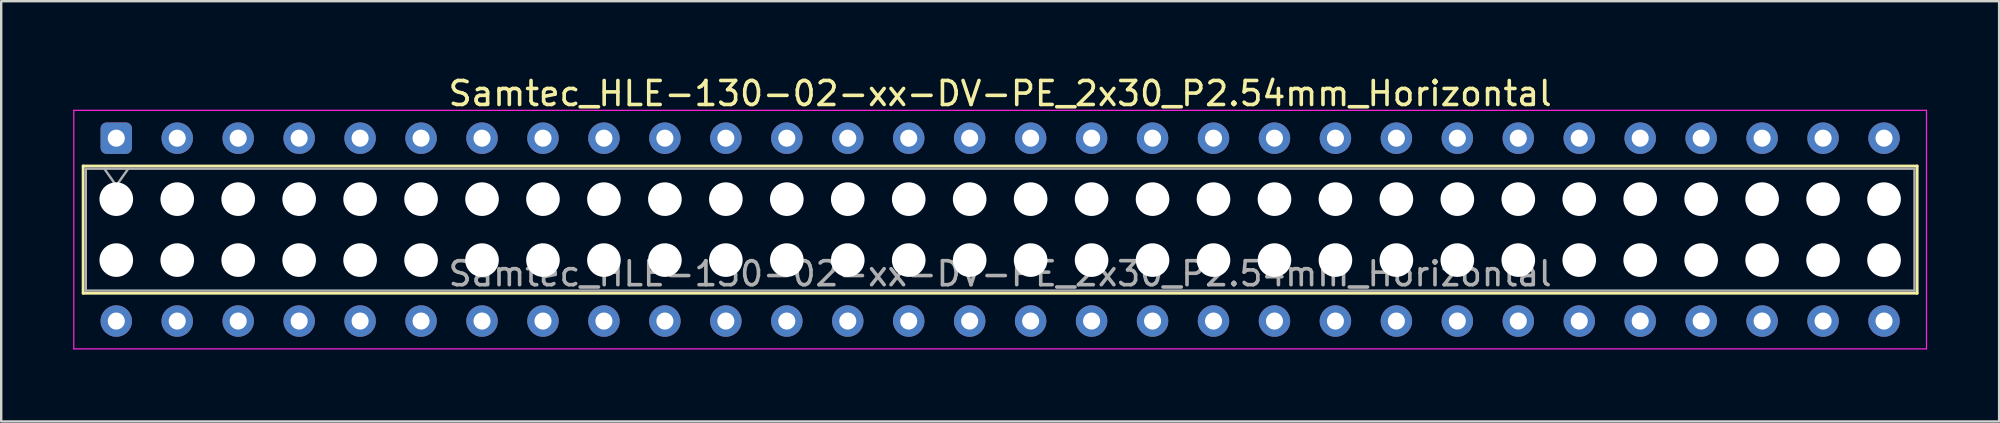
<source format=kicad_pcb>
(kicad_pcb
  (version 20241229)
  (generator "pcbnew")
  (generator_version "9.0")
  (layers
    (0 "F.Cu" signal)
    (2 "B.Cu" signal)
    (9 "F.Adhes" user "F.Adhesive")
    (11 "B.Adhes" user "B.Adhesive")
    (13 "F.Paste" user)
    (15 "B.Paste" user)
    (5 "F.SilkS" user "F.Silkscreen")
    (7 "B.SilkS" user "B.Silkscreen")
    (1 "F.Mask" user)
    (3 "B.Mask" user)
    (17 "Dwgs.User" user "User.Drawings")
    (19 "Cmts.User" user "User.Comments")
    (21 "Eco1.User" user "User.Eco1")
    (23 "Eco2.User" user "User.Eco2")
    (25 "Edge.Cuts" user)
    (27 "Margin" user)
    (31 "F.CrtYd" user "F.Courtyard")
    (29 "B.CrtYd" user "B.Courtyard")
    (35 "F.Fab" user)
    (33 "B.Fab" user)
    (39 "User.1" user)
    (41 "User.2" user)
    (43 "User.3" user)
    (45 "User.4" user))
  (footprint "Samtec_HLE-130-02-xx-DV-PE_2x30_P2.54mm_Horizontal"
    (layer "F.Cu")
    (at 1.795 2.708)
    (property "Reference" "Samtec_HLE-130-02-xx-DV-PE_2x30_P2.54mm_Horizontal" (at 36.83 -1.86 0) (layer "F.SilkS") (effects (font (size 1 1) (thickness 0.15))))
    (attr through_hole)
    (fp_line (start -1.38 1.16) (end 75.04 1.16) (stroke (width 0.12) (type solid)) (layer "F.SilkS"))
    (fp_line (start -1.38 6.46) (end -1.38 1.16) (stroke (width 0.12) (type solid)) (layer "F.SilkS"))
    (fp_line (start 75.04 1.16) (end 75.04 6.46) (stroke (width 0.12) (type solid)) (layer "F.SilkS"))
    (fp_line (start 75.04 6.46) (end -1.38 6.46) (stroke (width 0.12) (type solid)) (layer "F.SilkS"))
    (fp_line (start -1.77 -1.16) (end 75.43 -1.16) (stroke (width 0.05) (type solid)) (layer "F.CrtYd"))
    (fp_line (start -1.77 8.78) (end -1.77 -1.16) (stroke (width 0.05) (type solid)) (layer "F.CrtYd"))
    (fp_line (start 75.43 -1.16) (end 75.43 8.78) (stroke (width 0.05) (type solid)) (layer "F.CrtYd"))
    (fp_line (start 75.43 8.78) (end -1.77 8.78) (stroke (width 0.05) (type solid)) (layer "F.CrtYd"))
    (fp_line (start -1.27 1.27) (end 74.93 1.27) (stroke (width 0.1) (type solid)) (layer "F.Fab"))
    (fp_line (start -1.27 6.35) (end -1.27 1.27) (stroke (width 0.1) (type solid)) (layer "F.Fab"))
    (fp_line (start -0.5 1.27) (end 0 1.977) (stroke (width 0.1) (type solid)) (layer "F.Fab"))
    (fp_line (start 0 1.977) (end 0.5 1.27) (stroke (width 0.1) (type solid)) (layer "F.Fab"))
    (fp_line (start 74.93 1.27) (end 74.93 6.35) (stroke (width 0.1) (type solid)) (layer "F.Fab"))
    (fp_line (start 74.93 6.35) (end -1.27 6.35) (stroke (width 0.1) (type solid)) (layer "F.Fab"))
    (fp_text user "${REFERENCE}" (at 36.83 5.65 0) (layer "F.Fab") (effects (font (size 1 1) (thickness 0.15))))
    (pad "" np_thru_hole circle (at 0 2.54) (size 1.4 1.4) (drill 1.4) (layers "*.Cu" "*.Mask"))
    (pad "" np_thru_hole circle (at 0 5.08) (size 1.4 1.4) (drill 1.4) (layers "*.Cu" "*.Mask"))
    (pad "" np_thru_hole circle (at 2.54 2.54) (size 1.4 1.4) (drill 1.4) (layers "*.Cu" "*.Mask"))
    (pad "" np_thru_hole circle (at 2.54 5.08) (size 1.4 1.4) (drill 1.4) (layers "*.Cu" "*.Mask"))
    (pad "" np_thru_hole circle (at 5.08 2.54) (size 1.4 1.4) (drill 1.4) (layers "*.Cu" "*.Mask"))
    (pad "" np_thru_hole circle (at 5.08 5.08) (size 1.4 1.4) (drill 1.4) (layers "*.Cu" "*.Mask"))
    (pad "" np_thru_hole circle (at 7.62 2.54) (size 1.4 1.4) (drill 1.4) (layers "*.Cu" "*.Mask"))
    (pad "" np_thru_hole circle (at 7.62 5.08) (size 1.4 1.4) (drill 1.4) (layers "*.Cu" "*.Mask"))
    (pad "" np_thru_hole circle (at 10.16 2.54) (size 1.4 1.4) (drill 1.4) (layers "*.Cu" "*.Mask"))
    (pad "" np_thru_hole circle (at 10.16 5.08) (size 1.4 1.4) (drill 1.4) (layers "*.Cu" "*.Mask"))
    (pad "" np_thru_hole circle (at 12.7 2.54) (size 1.4 1.4) (drill 1.4) (layers "*.Cu" "*.Mask"))
    (pad "" np_thru_hole circle (at 12.7 5.08) (size 1.4 1.4) (drill 1.4) (layers "*.Cu" "*.Mask"))
    (pad "" np_thru_hole circle (at 15.24 2.54) (size 1.4 1.4) (drill 1.4) (layers "*.Cu" "*.Mask"))
    (pad "" np_thru_hole circle (at 15.24 5.08) (size 1.4 1.4) (drill 1.4) (layers "*.Cu" "*.Mask"))
    (pad "" np_thru_hole circle (at 17.78 2.54) (size 1.4 1.4) (drill 1.4) (layers "*.Cu" "*.Mask"))
    (pad "" np_thru_hole circle (at 17.78 5.08) (size 1.4 1.4) (drill 1.4) (layers "*.Cu" "*.Mask"))
    (pad "" np_thru_hole circle (at 20.32 2.54) (size 1.4 1.4) (drill 1.4) (layers "*.Cu" "*.Mask"))
    (pad "" np_thru_hole circle (at 20.32 5.08) (size 1.4 1.4) (drill 1.4) (layers "*.Cu" "*.Mask"))
    (pad "" np_thru_hole circle (at 22.86 2.54) (size 1.4 1.4) (drill 1.4) (layers "*.Cu" "*.Mask"))
    (pad "" np_thru_hole circle (at 22.86 5.08) (size 1.4 1.4) (drill 1.4) (layers "*.Cu" "*.Mask"))
    (pad "" np_thru_hole circle (at 25.4 2.54) (size 1.4 1.4) (drill 1.4) (layers "*.Cu" "*.Mask"))
    (pad "" np_thru_hole circle (at 25.4 5.08) (size 1.4 1.4) (drill 1.4) (layers "*.Cu" "*.Mask"))
    (pad "" np_thru_hole circle (at 27.94 2.54) (size 1.4 1.4) (drill 1.4) (layers "*.Cu" "*.Mask"))
    (pad "" np_thru_hole circle (at 27.94 5.08) (size 1.4 1.4) (drill 1.4) (layers "*.Cu" "*.Mask"))
    (pad "" np_thru_hole circle (at 30.48 2.54) (size 1.4 1.4) (drill 1.4) (layers "*.Cu" "*.Mask"))
    (pad "" np_thru_hole circle (at 30.48 5.08) (size 1.4 1.4) (drill 1.4) (layers "*.Cu" "*.Mask"))
    (pad "" np_thru_hole circle (at 33.02 2.54) (size 1.4 1.4) (drill 1.4) (layers "*.Cu" "*.Mask"))
    (pad "" np_thru_hole circle (at 33.02 5.08) (size 1.4 1.4) (drill 1.4) (layers "*.Cu" "*.Mask"))
    (pad "" np_thru_hole circle (at 35.56 2.54) (size 1.4 1.4) (drill 1.4) (layers "*.Cu" "*.Mask"))
    (pad "" np_thru_hole circle (at 35.56 5.08) (size 1.4 1.4) (drill 1.4) (layers "*.Cu" "*.Mask"))
    (pad "" np_thru_hole circle (at 38.1 2.54) (size 1.4 1.4) (drill 1.4) (layers "*.Cu" "*.Mask"))
    (pad "" np_thru_hole circle (at 38.1 5.08) (size 1.4 1.4) (drill 1.4) (layers "*.Cu" "*.Mask"))
    (pad "" np_thru_hole circle (at 40.64 2.54) (size 1.4 1.4) (drill 1.4) (layers "*.Cu" "*.Mask"))
    (pad "" np_thru_hole circle (at 40.64 5.08) (size 1.4 1.4) (drill 1.4) (layers "*.Cu" "*.Mask"))
    (pad "" np_thru_hole circle (at 43.18 2.54) (size 1.4 1.4) (drill 1.4) (layers "*.Cu" "*.Mask"))
    (pad "" np_thru_hole circle (at 43.18 5.08) (size 1.4 1.4) (drill 1.4) (layers "*.Cu" "*.Mask"))
    (pad "" np_thru_hole circle (at 45.72 2.54) (size 1.4 1.4) (drill 1.4) (layers "*.Cu" "*.Mask"))
    (pad "" np_thru_hole circle (at 45.72 5.08) (size 1.4 1.4) (drill 1.4) (layers "*.Cu" "*.Mask"))
    (pad "" np_thru_hole circle (at 48.26 2.54) (size 1.4 1.4) (drill 1.4) (layers "*.Cu" "*.Mask"))
    (pad "" np_thru_hole circle (at 48.26 5.08) (size 1.4 1.4) (drill 1.4) (layers "*.Cu" "*.Mask"))
    (pad "" np_thru_hole circle (at 50.8 2.54) (size 1.4 1.4) (drill 1.4) (layers "*.Cu" "*.Mask"))
    (pad "" np_thru_hole circle (at 50.8 5.08) (size 1.4 1.4) (drill 1.4) (layers "*.Cu" "*.Mask"))
    (pad "" np_thru_hole circle (at 53.34 2.54) (size 1.4 1.4) (drill 1.4) (layers "*.Cu" "*.Mask"))
    (pad "" np_thru_hole circle (at 53.34 5.08) (size 1.4 1.4) (drill 1.4) (layers "*.Cu" "*.Mask"))
    (pad "" np_thru_hole circle (at 55.88 2.54) (size 1.4 1.4) (drill 1.4) (layers "*.Cu" "*.Mask"))
    (pad "" np_thru_hole circle (at 55.88 5.08) (size 1.4 1.4) (drill 1.4) (layers "*.Cu" "*.Mask"))
    (pad "" np_thru_hole circle (at 58.42 2.54) (size 1.4 1.4) (drill 1.4) (layers "*.Cu" "*.Mask"))
    (pad "" np_thru_hole circle (at 58.42 5.08) (size 1.4 1.4) (drill 1.4) (layers "*.Cu" "*.Mask"))
    (pad "" np_thru_hole circle (at 60.96 2.54) (size 1.4 1.4) (drill 1.4) (layers "*.Cu" "*.Mask"))
    (pad "" np_thru_hole circle (at 60.96 5.08) (size 1.4 1.4) (drill 1.4) (layers "*.Cu" "*.Mask"))
    (pad "" np_thru_hole circle (at 63.5 2.54) (size 1.4 1.4) (drill 1.4) (layers "*.Cu" "*.Mask"))
    (pad "" np_thru_hole circle (at 63.5 5.08) (size 1.4 1.4) (drill 1.4) (layers "*.Cu" "*.Mask"))
    (pad "" np_thru_hole circle (at 66.04 2.54) (size 1.4 1.4) (drill 1.4) (layers "*.Cu" "*.Mask"))
    (pad "" np_thru_hole circle (at 66.04 5.08) (size 1.4 1.4) (drill 1.4) (layers "*.Cu" "*.Mask"))
    (pad "" np_thru_hole circle (at 68.58 2.54) (size 1.4 1.4) (drill 1.4) (layers "*.Cu" "*.Mask"))
    (pad "" np_thru_hole circle (at 68.58 5.08) (size 1.4 1.4) (drill 1.4) (layers "*.Cu" "*.Mask"))
    (pad "" np_thru_hole circle (at 71.12 2.54) (size 1.4 1.4) (drill 1.4) (layers "*.Cu" "*.Mask"))
    (pad "" np_thru_hole circle (at 71.12 5.08) (size 1.4 1.4) (drill 1.4) (layers "*.Cu" "*.Mask"))
    (pad "" np_thru_hole circle (at 73.66 2.54) (size 1.4 1.4) (drill 1.4) (layers "*.Cu" "*.Mask"))
    (pad "" np_thru_hole circle (at 73.66 5.08) (size 1.4 1.4) (drill 1.4) (layers "*.Cu" "*.Mask"))
    (pad "1" thru_hole roundrect (at 0 0) (size 1.31 1.31) (drill 0.71) (layers "*.Cu" "*.Mask") (roundrect_rratio 0.191))
    (pad "2" thru_hole circle (at 0 7.62) (size 1.31 1.31) (drill 0.71) (layers "*.Cu" "*.Mask"))
    (pad "3" thru_hole circle (at 2.54 0) (size 1.31 1.31) (drill 0.71) (layers "*.Cu" "*.Mask"))
    (pad "4" thru_hole circle (at 2.54 7.62) (size 1.31 1.31) (drill 0.71) (layers "*.Cu" "*.Mask"))
    (pad "5" thru_hole circle (at 5.08 0) (size 1.31 1.31) (drill 0.71) (layers "*.Cu" "*.Mask"))
    (pad "6" thru_hole circle (at 5.08 7.62) (size 1.31 1.31) (drill 0.71) (layers "*.Cu" "*.Mask"))
    (pad "7" thru_hole circle (at 7.62 0) (size 1.31 1.31) (drill 0.71) (layers "*.Cu" "*.Mask"))
    (pad "8" thru_hole circle (at 7.62 7.62) (size 1.31 1.31) (drill 0.71) (layers "*.Cu" "*.Mask"))
    (pad "9" thru_hole circle (at 10.16 0) (size 1.31 1.31) (drill 0.71) (layers "*.Cu" "*.Mask"))
    (pad "10" thru_hole circle (at 10.16 7.62) (size 1.31 1.31) (drill 0.71) (layers "*.Cu" "*.Mask"))
    (pad "11" thru_hole circle (at 12.7 0) (size 1.31 1.31) (drill 0.71) (layers "*.Cu" "*.Mask"))
    (pad "12" thru_hole circle (at 12.7 7.62) (size 1.31 1.31) (drill 0.71) (layers "*.Cu" "*.Mask"))
    (pad "13" thru_hole circle (at 15.24 0) (size 1.31 1.31) (drill 0.71) (layers "*.Cu" "*.Mask"))
    (pad "14" thru_hole circle (at 15.24 7.62) (size 1.31 1.31) (drill 0.71) (layers "*.Cu" "*.Mask"))
    (pad "15" thru_hole circle (at 17.78 0) (size 1.31 1.31) (drill 0.71) (layers "*.Cu" "*.Mask"))
    (pad "16" thru_hole circle (at 17.78 7.62) (size 1.31 1.31) (drill 0.71) (layers "*.Cu" "*.Mask"))
    (pad "17" thru_hole circle (at 20.32 0) (size 1.31 1.31) (drill 0.71) (layers "*.Cu" "*.Mask"))
    (pad "18" thru_hole circle (at 20.32 7.62) (size 1.31 1.31) (drill 0.71) (layers "*.Cu" "*.Mask"))
    (pad "19" thru_hole circle (at 22.86 0) (size 1.31 1.31) (drill 0.71) (layers "*.Cu" "*.Mask"))
    (pad "20" thru_hole circle (at 22.86 7.62) (size 1.31 1.31) (drill 0.71) (layers "*.Cu" "*.Mask"))
    (pad "21" thru_hole circle (at 25.4 0) (size 1.31 1.31) (drill 0.71) (layers "*.Cu" "*.Mask"))
    (pad "22" thru_hole circle (at 25.4 7.62) (size 1.31 1.31) (drill 0.71) (layers "*.Cu" "*.Mask"))
    (pad "23" thru_hole circle (at 27.94 0) (size 1.31 1.31) (drill 0.71) (layers "*.Cu" "*.Mask"))
    (pad "24" thru_hole circle (at 27.94 7.62) (size 1.31 1.31) (drill 0.71) (layers "*.Cu" "*.Mask"))
    (pad "25" thru_hole circle (at 30.48 0) (size 1.31 1.31) (drill 0.71) (layers "*.Cu" "*.Mask"))
    (pad "26" thru_hole circle (at 30.48 7.62) (size 1.31 1.31) (drill 0.71) (layers "*.Cu" "*.Mask"))
    (pad "27" thru_hole circle (at 33.02 0) (size 1.31 1.31) (drill 0.71) (layers "*.Cu" "*.Mask"))
    (pad "28" thru_hole circle (at 33.02 7.62) (size 1.31 1.31) (drill 0.71) (layers "*.Cu" "*.Mask"))
    (pad "29" thru_hole circle (at 35.56 0) (size 1.31 1.31) (drill 0.71) (layers "*.Cu" "*.Mask"))
    (pad "30" thru_hole circle (at 35.56 7.62) (size 1.31 1.31) (drill 0.71) (layers "*.Cu" "*.Mask"))
    (pad "31" thru_hole circle (at 38.1 0) (size 1.31 1.31) (drill 0.71) (layers "*.Cu" "*.Mask"))
    (pad "32" thru_hole circle (at 38.1 7.62) (size 1.31 1.31) (drill 0.71) (layers "*.Cu" "*.Mask"))
    (pad "33" thru_hole circle (at 40.64 0) (size 1.31 1.31) (drill 0.71) (layers "*.Cu" "*.Mask"))
    (pad "34" thru_hole circle (at 40.64 7.62) (size 1.31 1.31) (drill 0.71) (layers "*.Cu" "*.Mask"))
    (pad "35" thru_hole circle (at 43.18 0) (size 1.31 1.31) (drill 0.71) (layers "*.Cu" "*.Mask"))
    (pad "36" thru_hole circle (at 43.18 7.62) (size 1.31 1.31) (drill 0.71) (layers "*.Cu" "*.Mask"))
    (pad "37" thru_hole circle (at 45.72 0) (size 1.31 1.31) (drill 0.71) (layers "*.Cu" "*.Mask"))
    (pad "38" thru_hole circle (at 45.72 7.62) (size 1.31 1.31) (drill 0.71) (layers "*.Cu" "*.Mask"))
    (pad "39" thru_hole circle (at 48.26 0) (size 1.31 1.31) (drill 0.71) (layers "*.Cu" "*.Mask"))
    (pad "40" thru_hole circle (at 48.26 7.62) (size 1.31 1.31) (drill 0.71) (layers "*.Cu" "*.Mask"))
    (pad "41" thru_hole circle (at 50.8 0) (size 1.31 1.31) (drill 0.71) (layers "*.Cu" "*.Mask"))
    (pad "42" thru_hole circle (at 50.8 7.62) (size 1.31 1.31) (drill 0.71) (layers "*.Cu" "*.Mask"))
    (pad "43" thru_hole circle (at 53.34 0) (size 1.31 1.31) (drill 0.71) (layers "*.Cu" "*.Mask"))
    (pad "44" thru_hole circle (at 53.34 7.62) (size 1.31 1.31) (drill 0.71) (layers "*.Cu" "*.Mask"))
    (pad "45" thru_hole circle (at 55.88 0) (size 1.31 1.31) (drill 0.71) (layers "*.Cu" "*.Mask"))
    (pad "46" thru_hole circle (at 55.88 7.62) (size 1.31 1.31) (drill 0.71) (layers "*.Cu" "*.Mask"))
    (pad "47" thru_hole circle (at 58.42 0) (size 1.31 1.31) (drill 0.71) (layers "*.Cu" "*.Mask"))
    (pad "48" thru_hole circle (at 58.42 7.62) (size 1.31 1.31) (drill 0.71) (layers "*.Cu" "*.Mask"))
    (pad "49" thru_hole circle (at 60.96 0) (size 1.31 1.31) (drill 0.71) (layers "*.Cu" "*.Mask"))
    (pad "50" thru_hole circle (at 60.96 7.62) (size 1.31 1.31) (drill 0.71) (layers "*.Cu" "*.Mask"))
    (pad "51" thru_hole circle (at 63.5 0) (size 1.31 1.31) (drill 0.71) (layers "*.Cu" "*.Mask"))
    (pad "52" thru_hole circle (at 63.5 7.62) (size 1.31 1.31) (drill 0.71) (layers "*.Cu" "*.Mask"))
    (pad "53" thru_hole circle (at 66.04 0) (size 1.31 1.31) (drill 0.71) (layers "*.Cu" "*.Mask"))
    (pad "54" thru_hole circle (at 66.04 7.62) (size 1.31 1.31) (drill 0.71) (layers "*.Cu" "*.Mask"))
    (pad "55" thru_hole circle (at 68.58 0) (size 1.31 1.31) (drill 0.71) (layers "*.Cu" "*.Mask"))
    (pad "56" thru_hole circle (at 68.58 7.62) (size 1.31 1.31) (drill 0.71) (layers "*.Cu" "*.Mask"))
    (pad "57" thru_hole circle (at 71.12 0) (size 1.31 1.31) (drill 0.71) (layers "*.Cu" "*.Mask"))
    (pad "58" thru_hole circle (at 71.12 7.62) (size 1.31 1.31) (drill 0.71) (layers "*.Cu" "*.Mask"))
    (pad "59" thru_hole circle (at 73.66 0) (size 1.31 1.31) (drill 0.71) (layers "*.Cu" "*.Mask"))
    (pad "60" thru_hole circle (at 73.66 7.62) (size 1.31 1.31) (drill 0.71) (layers "*.Cu" "*.Mask")))
  (gr_rect
    (start -3 -3)
    (end 80.25 14.513)
    (stroke (width 0.1) (type default))
    (fill no)
    (layer "Edge.Cuts")))
</source>
